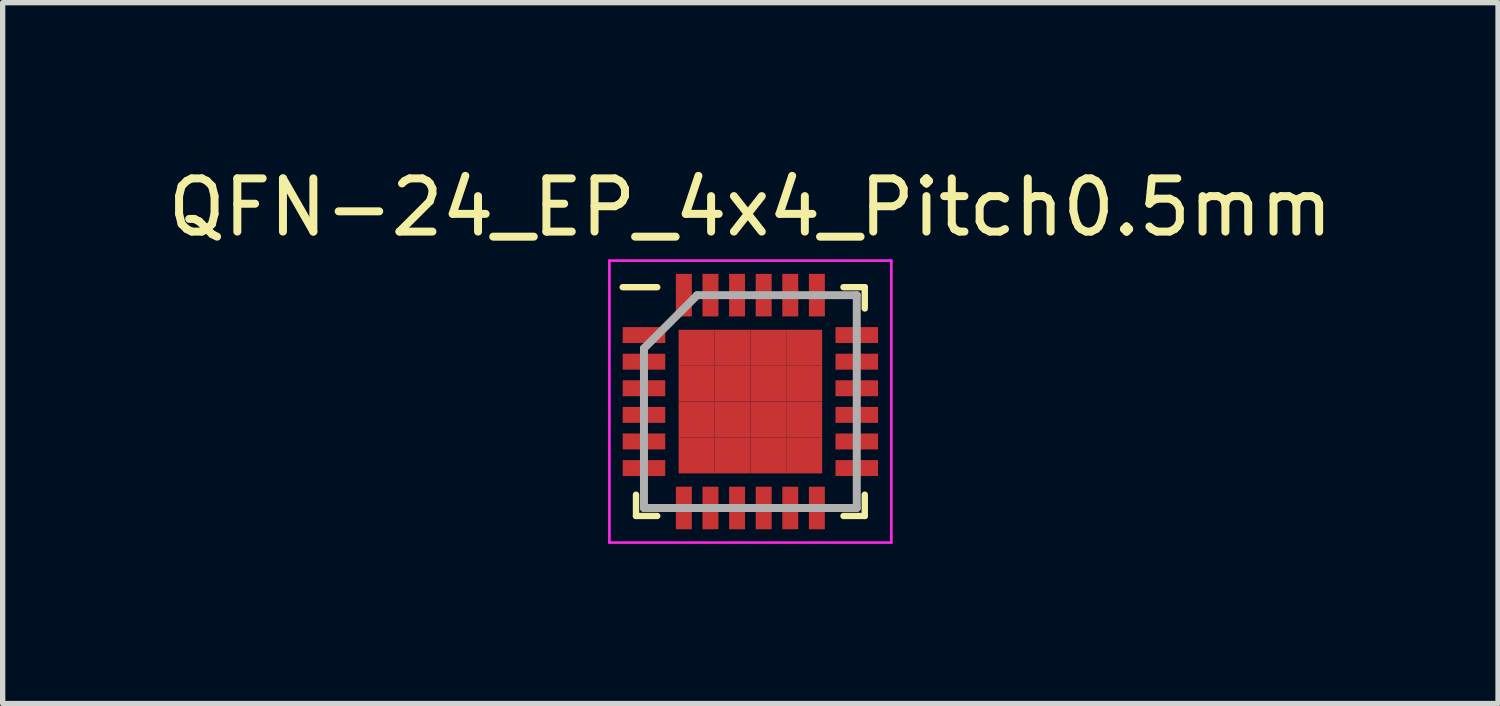
<source format=kicad_pcb>
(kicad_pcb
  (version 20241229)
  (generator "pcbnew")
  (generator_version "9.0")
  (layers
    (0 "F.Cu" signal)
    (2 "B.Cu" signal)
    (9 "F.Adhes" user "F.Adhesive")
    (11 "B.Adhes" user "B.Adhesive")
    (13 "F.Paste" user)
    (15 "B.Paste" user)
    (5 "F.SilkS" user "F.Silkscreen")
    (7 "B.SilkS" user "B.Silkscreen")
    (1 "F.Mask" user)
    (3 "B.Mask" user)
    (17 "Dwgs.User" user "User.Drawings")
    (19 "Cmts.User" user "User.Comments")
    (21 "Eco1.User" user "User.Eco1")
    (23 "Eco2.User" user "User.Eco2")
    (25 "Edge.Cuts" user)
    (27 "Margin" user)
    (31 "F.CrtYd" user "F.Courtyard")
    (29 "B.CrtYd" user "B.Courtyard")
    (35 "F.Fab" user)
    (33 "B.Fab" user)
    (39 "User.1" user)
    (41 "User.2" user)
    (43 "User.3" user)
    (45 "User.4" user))
  (footprint "QFN-24_EP_4x4_Pitch0.5mm"
    (layer "F.Cu")
    (at 11.054 4.498)
    (property "Reference" "QFN-24_EP_4x4_Pitch0.5mm" (at 0 -3.65 0) (layer "F.SilkS") (effects (font (size 1 1) (thickness 0.15))))
    (attr smd)
    (fp_line (start -2.15 2.15) (end -2.15 1.75) (stroke (width 0.12) (type solid)) (layer "F.SilkS"))
    (fp_line (start -1.75 -2.15) (end -2.4 -2.15) (stroke (width 0.12) (type solid)) (layer "F.SilkS"))
    (fp_line (start -1.75 2.15) (end -2.15 2.15) (stroke (width 0.12) (type solid)) (layer "F.SilkS"))
    (fp_line (start 1.75 -2.15) (end 2.15 -2.15) (stroke (width 0.12) (type solid)) (layer "F.SilkS"))
    (fp_line (start 1.75 2.15) (end 2.15 2.15) (stroke (width 0.12) (type solid)) (layer "F.SilkS"))
    (fp_line (start 2.15 -2.15) (end 2.15 -1.75) (stroke (width 0.12) (type solid)) (layer "F.SilkS"))
    (fp_line (start 2.15 2.15) (end 2.15 1.75) (stroke (width 0.12) (type solid)) (layer "F.SilkS"))
    (fp_line (start -2.65 -2.65) (end 2.65 -2.65) (stroke (width 0.05) (type solid)) (layer "F.CrtYd"))
    (fp_line (start -2.65 2.65) (end -2.65 -2.65) (stroke (width 0.05) (type solid)) (layer "F.CrtYd"))
    (fp_line (start 2.65 -2.65) (end 2.65 2.65) (stroke (width 0.05) (type solid)) (layer "F.CrtYd"))
    (fp_line (start 2.65 2.65) (end -2.65 2.65) (stroke (width 0.05) (type solid)) (layer "F.CrtYd"))
    (fp_line (start -2 -1) (end -2 2) (stroke (width 0.15) (type solid)) (layer "F.Fab"))
    (fp_line (start -2 2) (end 2 2) (stroke (width 0.15) (type solid)) (layer "F.Fab"))
    (fp_line (start -1 -2) (end -2 -1) (stroke (width 0.15) (type solid)) (layer "F.Fab"))
    (fp_line (start 2 -2) (end -1 -2) (stroke (width 0.15) (type solid)) (layer "F.Fab"))
    (fp_line (start 2 2) (end 2 -2) (stroke (width 0.15) (type solid)) (layer "F.Fab"))
    (pad "1" smd rect (at -2 -1.25 90) (size 0.3 0.8) (layers "F.Cu" "F.Mask" "F.Paste"))
    (pad "2" smd rect (at -2 -0.75 90) (size 0.3 0.8) (layers "F.Cu" "F.Mask" "F.Paste"))
    (pad "3" smd rect (at -2 -0.25 90) (size 0.3 0.8) (layers "F.Cu" "F.Mask" "F.Paste"))
    (pad "4" smd rect (at -2 0.25 90) (size 0.3 0.8) (layers "F.Cu" "F.Mask" "F.Paste"))
    (pad "5" smd rect (at -2 0.75 90) (size 0.3 0.8) (layers "F.Cu" "F.Mask" "F.Paste"))
    (pad "6" smd rect (at -2 1.25 90) (size 0.3 0.8) (layers "F.Cu" "F.Mask" "F.Paste"))
    (pad "7" smd rect (at -1.25 2) (size 0.3 0.8) (layers "F.Cu" "F.Mask" "F.Paste"))
    (pad "8" smd rect (at -0.75 2) (size 0.3 0.8) (layers "F.Cu" "F.Mask" "F.Paste"))
    (pad "9" smd rect (at -0.25 2) (size 0.3 0.8) (layers "F.Cu" "F.Mask" "F.Paste"))
    (pad "10" smd rect (at 0.25 2) (size 0.3 0.8) (layers "F.Cu" "F.Mask" "F.Paste"))
    (pad "11" smd rect (at 0.75 2) (size 0.3 0.8) (layers "F.Cu" "F.Mask" "F.Paste"))
    (pad "12" smd rect (at 1.25 2) (size 0.3 0.8) (layers "F.Cu" "F.Mask" "F.Paste"))
    (pad "13" smd rect (at 2 1.25 90) (size 0.3 0.8) (layers "F.Cu" "F.Mask" "F.Paste"))
    (pad "14" smd rect (at 2 0.75 90) (size 0.3 0.8) (layers "F.Cu" "F.Mask" "F.Paste"))
    (pad "15" smd rect (at 2 0.25 90) (size 0.3 0.8) (layers "F.Cu" "F.Mask" "F.Paste"))
    (pad "16" smd rect (at 2 -0.25 90) (size 0.3 0.8) (layers "F.Cu" "F.Mask" "F.Paste"))
    (pad "17" smd rect (at 2 -0.75 90) (size 0.3 0.8) (layers "F.Cu" "F.Mask" "F.Paste"))
    (pad "18" smd rect (at 2 -1.25 90) (size 0.3 0.8) (layers "F.Cu" "F.Mask" "F.Paste"))
    (pad "19" smd rect (at 1.25 -2) (size 0.3 0.8) (layers "F.Cu" "F.Mask" "F.Paste"))
    (pad "20" smd rect (at 0.75 -2) (size 0.3 0.8) (layers "F.Cu" "F.Mask" "F.Paste"))
    (pad "21" smd rect (at 0.25 -2) (size 0.3 0.8) (layers "F.Cu" "F.Mask" "F.Paste"))
    (pad "22" smd rect (at -0.25 -2) (size 0.3 0.8) (layers "F.Cu" "F.Mask" "F.Paste"))
    (pad "23" smd rect (at -0.75 -2) (size 0.3 0.8) (layers "F.Cu" "F.Mask" "F.Paste"))
    (pad "24" smd rect (at -1.25 -2) (size 0.3 0.8) (layers "F.Cu" "F.Mask" "F.Paste"))
    (pad "25" smd rect (at -1.012 -1.012) (size 0.675 0.675) (layers "F.Cu" "F.Mask" "F.Paste"))
    (pad "25" smd rect (at -1.012 -0.338) (size 0.675 0.675) (layers "F.Cu" "F.Mask" "F.Paste"))
    (pad "25" smd rect (at -1.012 0.338) (size 0.675 0.675) (layers "F.Cu" "F.Mask" "F.Paste"))
    (pad "25" smd rect (at -1.012 1.012) (size 0.675 0.675) (layers "F.Cu" "F.Mask" "F.Paste"))
    (pad "25" smd rect (at -0.338 -1.012) (size 0.675 0.675) (layers "F.Cu" "F.Mask" "F.Paste"))
    (pad "25" smd rect (at -0.338 -0.338) (size 0.675 0.675) (layers "F.Cu" "F.Mask" "F.Paste"))
    (pad "25" smd rect (at -0.338 0.338) (size 0.675 0.675) (layers "F.Cu" "F.Mask" "F.Paste"))
    (pad "25" smd rect (at -0.338 1.012) (size 0.675 0.675) (layers "F.Cu" "F.Mask" "F.Paste"))
    (pad "25" smd rect (at 0.338 -1.012) (size 0.675 0.675) (layers "F.Cu" "F.Mask" "F.Paste"))
    (pad "25" smd rect (at 0.338 -0.338) (size 0.675 0.675) (layers "F.Cu" "F.Mask" "F.Paste"))
    (pad "25" smd rect (at 0.338 0.338) (size 0.675 0.675) (layers "F.Cu" "F.Mask" "F.Paste"))
    (pad "25" smd rect (at 0.338 1.012) (size 0.675 0.675) (layers "F.Cu" "F.Mask" "F.Paste"))
    (pad "25" smd rect (at 1.012 -1.012) (size 0.675 0.675) (layers "F.Cu" "F.Mask" "F.Paste"))
    (pad "25" smd rect (at 1.012 -0.338) (size 0.675 0.675) (layers "F.Cu" "F.Mask" "F.Paste"))
    (pad "25" smd rect (at 1.012 0.338) (size 0.675 0.675) (layers "F.Cu" "F.Mask" "F.Paste"))
    (pad "25" smd rect (at 1.012 1.012) (size 0.675 0.675) (layers "F.Cu" "F.Mask" "F.Paste")))
  (gr_rect
    (start -3 -3)
    (end 25.107 10.173)
    (stroke (width 0.1) (type default))
    (fill no)
    (layer "Edge.Cuts")))
</source>
